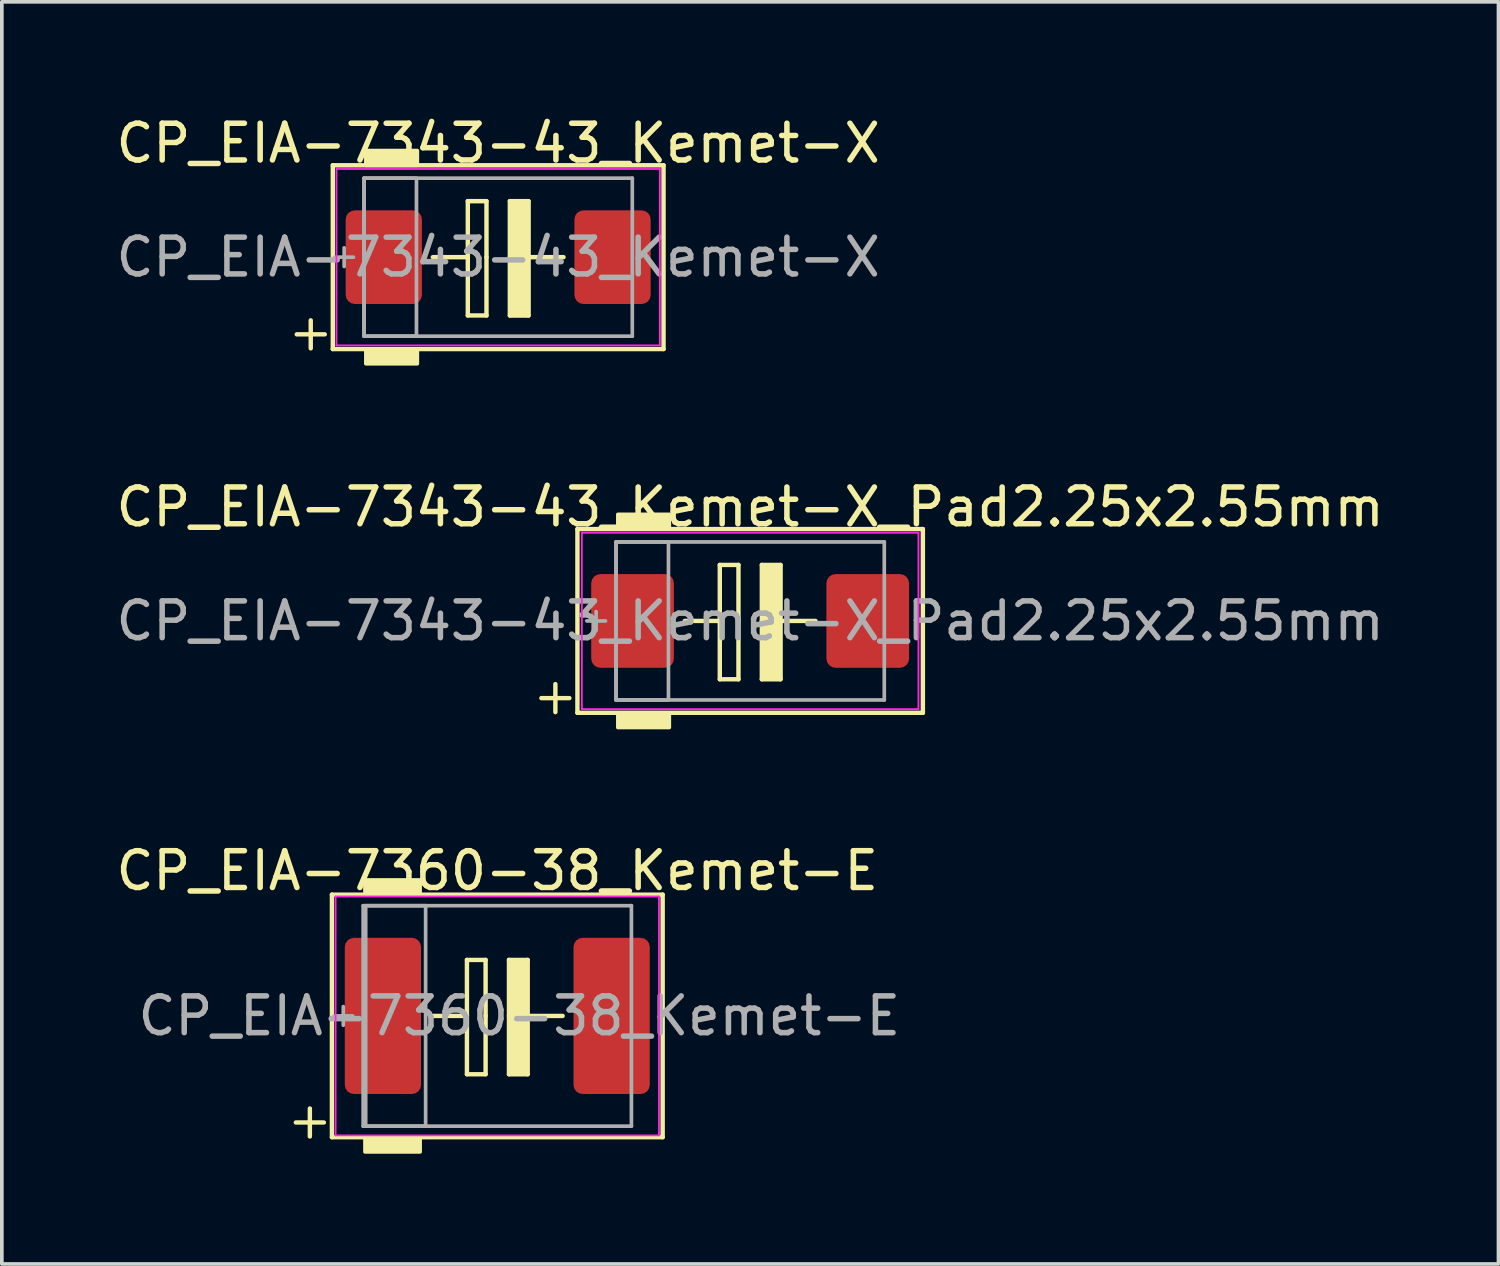
<source format=kicad_pcb>
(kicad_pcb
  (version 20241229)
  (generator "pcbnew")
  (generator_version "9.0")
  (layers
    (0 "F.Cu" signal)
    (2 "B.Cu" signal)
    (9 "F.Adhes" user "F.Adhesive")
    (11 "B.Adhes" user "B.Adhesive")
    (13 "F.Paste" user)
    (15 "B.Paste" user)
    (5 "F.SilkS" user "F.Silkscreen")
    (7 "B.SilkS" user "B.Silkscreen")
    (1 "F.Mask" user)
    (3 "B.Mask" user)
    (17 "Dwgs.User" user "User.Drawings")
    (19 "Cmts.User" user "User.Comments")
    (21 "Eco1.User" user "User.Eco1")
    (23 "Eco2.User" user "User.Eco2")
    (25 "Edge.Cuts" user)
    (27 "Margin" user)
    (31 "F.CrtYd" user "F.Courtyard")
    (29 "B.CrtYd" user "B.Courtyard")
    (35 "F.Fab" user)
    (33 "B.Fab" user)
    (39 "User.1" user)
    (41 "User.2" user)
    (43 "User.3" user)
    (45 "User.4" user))
  (footprint "CP_EIA-7343-43_Kemet-X"
    (layer "F.Cu")
    (at 10.506 3.948)
    (property "Reference" "CP_EIA-7343-43_Kemet-X" (at 0 -3.1 0) (layer "F.SilkS") (effects (font (size 1 1) (thickness 0.15))))
    (attr smd)
    (fp_line (start -5.481 2.1) (end -4.719 2.1) (stroke (width 0.12) (type solid)) (layer "F.SilkS"))
    (fp_line (start -5.1 1.719) (end -5.1 2.481) (stroke (width 0.12) (type solid)) (layer "F.SilkS"))
    (fp_line (start -4.5 -2.5) (end -4.5 2.5) (stroke (width 0.12) (type solid)) (layer "F.SilkS"))
    (fp_line (start -4.5 2.5) (end 4.5 2.5) (stroke (width 0.12) (type solid)) (layer "F.SilkS"))
    (fp_line (start -1.778 0) (end -0.826 0) (stroke (width 0.12) (type solid)) (layer "F.SilkS"))
    (fp_line (start -0.826 -1.524) (end -0.826 0) (stroke (width 0.12) (type solid)) (layer "F.SilkS"))
    (fp_line (start -0.826 1.587) (end -0.826 0) (stroke (width 0.12) (type solid)) (layer "F.SilkS"))
    (fp_line (start -0.826 1.587) (end -0.318 1.587) (stroke (width 0.12) (type solid)) (layer "F.SilkS"))
    (fp_line (start -0.318 -1.524) (end -0.826 -1.524) (stroke (width 0.12) (type solid)) (layer "F.SilkS"))
    (fp_line (start -0.318 -1.524) (end -0.318 0) (stroke (width 0.12) (type solid)) (layer "F.SilkS"))
    (fp_line (start -0.318 1.587) (end -0.318 0) (stroke (width 0.12) (type solid)) (layer "F.SilkS"))
    (fp_line (start 0.318 -1.524) (end 0.318 0) (stroke (width 0.12) (type solid)) (layer "F.SilkS"))
    (fp_line (start 0.318 1.587) (end 0.318 0) (stroke (width 0.12) (type solid)) (layer "F.SilkS"))
    (fp_line (start 0.318 1.587) (end 0.826 1.587) (stroke (width 0.12) (type solid)) (layer "F.SilkS"))
    (fp_line (start 0.826 -1.524) (end 0.318 -1.524) (stroke (width 0.12) (type solid)) (layer "F.SilkS"))
    (fp_line (start 0.826 -1.524) (end 0.826 0) (stroke (width 0.12) (type solid)) (layer "F.SilkS"))
    (fp_line (start 0.826 0) (end 1.778 0) (stroke (width 0.12) (type solid)) (layer "F.SilkS"))
    (fp_line (start 0.826 1.587) (end 0.826 0) (stroke (width 0.12) (type solid)) (layer "F.SilkS"))
    (fp_line (start 4.5 -2.5) (end -4.5 -2.5) (stroke (width 0.12) (type solid)) (layer "F.SilkS"))
    (fp_line (start 4.5 2.5) (end 4.5 -2.5) (stroke (width 0.12) (type solid)) (layer "F.SilkS"))
    (fp_poly (pts (xy -2.2 -2.5) (xy -3.6 -2.5) (xy -3.6 -2.9) (xy -2.2 -2.9)) (stroke (width 0.1) (type solid)) (fill yes) (layer "F.SilkS"))
    (fp_poly (pts (xy -2.2 2.9) (xy -3.6 2.9) (xy -3.6 2.5) (xy -2.2 2.5)) (stroke (width 0.1) (type solid)) (fill yes) (layer "F.SilkS"))
    (fp_poly (pts (xy 0.826 1.587) (xy 0.318 1.587) (xy 0.318 -1.524) (xy 0.826 -1.524)) (stroke (width 0.1) (type solid)) (fill yes) (layer "F.SilkS"))
    (fp_line (start -4.4 -2.4) (end 4.4 -2.4) (stroke (width 0.05) (type solid)) (layer "F.CrtYd"))
    (fp_line (start -4.4 2.4) (end -4.4 -2.4) (stroke (width 0.05) (type solid)) (layer "F.CrtYd"))
    (fp_line (start 4.4 -2.4) (end 4.4 2.4) (stroke (width 0.05) (type solid)) (layer "F.CrtYd"))
    (fp_line (start 4.4 2.4) (end -4.4 2.4) (stroke (width 0.05) (type solid)) (layer "F.CrtYd"))
    (fp_line (start -4.191 -0.254) (end -4.191 0.254) (stroke (width 0.1) (type solid)) (layer "F.Fab"))
    (fp_line (start -3.937 0) (end -4.445 0) (stroke (width 0.1) (type solid)) (layer "F.Fab"))
    (fp_line (start -3.65 -2.15) (end -3.65 2.15) (stroke (width 0.1) (type solid)) (layer "F.Fab"))
    (fp_line (start -3.65 2.15) (end 3.65 2.15) (stroke (width 0.1) (type solid)) (layer "F.Fab"))
    (fp_line (start 3.65 -2.15) (end -3.65 -2.15) (stroke (width 0.1) (type solid)) (layer "F.Fab"))
    (fp_line (start 3.65 2.15) (end 3.65 -2.15) (stroke (width 0.1) (type solid)) (layer "F.Fab"))
    (fp_rect (start -3.65 -2.15) (end -2.223 2.15) (stroke (width 0.1) (type solid)) (fill no) (layer "F.Fab"))
    (fp_text user "${REFERENCE}" (at 0 0 0) (layer "F.Fab") (effects (font (size 1 1) (thickness 0.15))))
    (pad "1" smd roundrect (at -3.112 0) (size 2.075 2.55) (layers "F.Cu" "F.Mask" "F.Paste") (roundrect_rratio 0.12))
    (pad "2" smd roundrect (at 3.112 0) (size 2.075 2.55) (layers "F.Cu" "F.Mask" "F.Paste") (roundrect_rratio 0.12)))
  (footprint "CP_EIA-7360-38_Kemet-E"
    (layer "F.Cu")
    (at 10.482 24.595)
    (property "Reference" "CP_EIA-7360-38_Kemet-E" (at 0 -3.95 0) (layer "F.SilkS") (effects (font (size 1 1) (thickness 0.15))))
    (attr smd)
    (fp_line (start -5.481 2.9) (end -4.719 2.9) (stroke (width 0.12) (type solid)) (layer "F.SilkS"))
    (fp_line (start -5.1 2.519) (end -5.1 3.281) (stroke (width 0.12) (type solid)) (layer "F.SilkS"))
    (fp_line (start -4.5 -3.3) (end -4.5 3.3) (stroke (width 0.12) (type solid)) (layer "F.SilkS"))
    (fp_line (start -4.5 3.3) (end 4.5 3.3) (stroke (width 0.12) (type solid)) (layer "F.SilkS"))
    (fp_line (start -1.778 0) (end -0.826 0) (stroke (width 0.12) (type solid)) (layer "F.SilkS"))
    (fp_line (start -0.826 -1.524) (end -0.826 0) (stroke (width 0.12) (type solid)) (layer "F.SilkS"))
    (fp_line (start -0.826 1.587) (end -0.826 0) (stroke (width 0.12) (type solid)) (layer "F.SilkS"))
    (fp_line (start -0.826 1.587) (end -0.318 1.587) (stroke (width 0.12) (type solid)) (layer "F.SilkS"))
    (fp_line (start -0.318 -1.524) (end -0.826 -1.524) (stroke (width 0.12) (type solid)) (layer "F.SilkS"))
    (fp_line (start -0.318 -1.524) (end -0.318 0) (stroke (width 0.12) (type solid)) (layer "F.SilkS"))
    (fp_line (start -0.318 1.587) (end -0.318 0) (stroke (width 0.12) (type solid)) (layer "F.SilkS"))
    (fp_line (start 0.318 -1.524) (end 0.318 0) (stroke (width 0.12) (type solid)) (layer "F.SilkS"))
    (fp_line (start 0.318 1.587) (end 0.318 0) (stroke (width 0.12) (type solid)) (layer "F.SilkS"))
    (fp_line (start 0.318 1.587) (end 0.826 1.587) (stroke (width 0.12) (type solid)) (layer "F.SilkS"))
    (fp_line (start 0.826 -1.524) (end 0.318 -1.524) (stroke (width 0.12) (type solid)) (layer "F.SilkS"))
    (fp_line (start 0.826 -1.524) (end 0.826 0) (stroke (width 0.12) (type solid)) (layer "F.SilkS"))
    (fp_line (start 0.826 0) (end 1.778 0) (stroke (width 0.12) (type solid)) (layer "F.SilkS"))
    (fp_line (start 0.826 1.587) (end 0.826 0) (stroke (width 0.12) (type solid)) (layer "F.SilkS"))
    (fp_line (start 4.5 -3.3) (end -4.5 -3.3) (stroke (width 0.12) (type solid)) (layer "F.SilkS"))
    (fp_line (start 4.5 3.3) (end 4.5 -3.3) (stroke (width 0.12) (type solid)) (layer "F.SilkS"))
    (fp_poly (pts (xy -2.1 -3.3) (xy -3.6 -3.3) (xy -3.6 -3.7) (xy -2.1 -3.7)) (stroke (width 0.1) (type solid)) (fill yes) (layer "F.SilkS"))
    (fp_poly (pts (xy -2.1 3.7) (xy -3.6 3.7) (xy -3.6 3.3) (xy -2.1 3.3)) (stroke (width 0.1) (type solid)) (fill yes) (layer "F.SilkS"))
    (fp_poly (pts (xy 0.826 1.587) (xy 0.318 1.587) (xy 0.318 -1.524) (xy 0.826 -1.524)) (stroke (width 0.1) (type solid)) (fill yes) (layer "F.SilkS"))
    (fp_line (start -4.4 -3.25) (end 4.4 -3.25) (stroke (width 0.05) (type solid)) (layer "F.CrtYd"))
    (fp_line (start -4.4 3.25) (end -4.4 -3.25) (stroke (width 0.05) (type solid)) (layer "F.CrtYd"))
    (fp_line (start 4.4 -3.25) (end 4.4 3.25) (stroke (width 0.05) (type solid)) (layer "F.CrtYd"))
    (fp_line (start 4.4 3.25) (end -4.4 3.25) (stroke (width 0.05) (type solid)) (layer "F.CrtYd"))
    (fp_line (start -4.191 -0.254) (end -4.191 0.254) (stroke (width 0.1) (type solid)) (layer "F.Fab"))
    (fp_line (start -3.937 0) (end -4.445 0) (stroke (width 0.1) (type solid)) (layer "F.Fab"))
    (fp_line (start -3.65 -3) (end -3.65 3) (stroke (width 0.1) (type solid)) (layer "F.Fab"))
    (fp_line (start -3.65 3) (end 3.65 3) (stroke (width 0.1) (type solid)) (layer "F.Fab"))
    (fp_line (start 3.65 -3) (end -3.65 -3) (stroke (width 0.1) (type solid)) (layer "F.Fab"))
    (fp_line (start 3.65 3) (end 3.65 -3) (stroke (width 0.1) (type solid)) (layer "F.Fab"))
    (fp_rect (start -3.581 -3) (end -1.95 3) (stroke (width 0.1) (type solid)) (fill no) (layer "F.Fab"))
    (fp_text user "${REFERENCE}" (at 0.6 0 0) (layer "F.Fab") (effects (font (size 1 1) (thickness 0.15))))
    (pad "1" smd roundrect (at -3.112 0) (size 2.075 4.25) (layers "F.Cu" "F.Mask" "F.Paste") (roundrect_rratio 0.12))
    (pad "2" smd roundrect (at 3.112 0) (size 2.075 4.25) (layers "F.Cu" "F.Mask" "F.Paste") (roundrect_rratio 0.12)))
  (footprint "CP_EIA-7343-43_Kemet-X_Pad2.25x2.55mm"
    (layer "F.Cu")
    (at 17.363 13.847)
    (property "Reference" "CP_EIA-7343-43_Kemet-X_Pad2.25x2.55mm" (at 0 -3.1 0) (layer "F.SilkS") (effects (font (size 1 1) (thickness 0.15))))
    (attr smd)
    (fp_line (start -5.681 2.1) (end -4.919 2.1) (stroke (width 0.12) (type solid)) (layer "F.SilkS"))
    (fp_line (start -5.3 1.719) (end -5.3 2.481) (stroke (width 0.12) (type solid)) (layer "F.SilkS"))
    (fp_line (start -4.7 -2.5) (end -4.7 2.5) (stroke (width 0.12) (type solid)) (layer "F.SilkS"))
    (fp_line (start -4.7 2.5) (end 4.7 2.5) (stroke (width 0.12) (type solid)) (layer "F.SilkS"))
    (fp_line (start -1.778 0) (end -0.826 0) (stroke (width 0.12) (type solid)) (layer "F.SilkS"))
    (fp_line (start -0.826 -1.524) (end -0.826 0) (stroke (width 0.12) (type solid)) (layer "F.SilkS"))
    (fp_line (start -0.826 1.587) (end -0.826 0) (stroke (width 0.12) (type solid)) (layer "F.SilkS"))
    (fp_line (start -0.826 1.587) (end -0.318 1.587) (stroke (width 0.12) (type solid)) (layer "F.SilkS"))
    (fp_line (start -0.318 -1.524) (end -0.826 -1.524) (stroke (width 0.12) (type solid)) (layer "F.SilkS"))
    (fp_line (start -0.318 -1.524) (end -0.318 0) (stroke (width 0.12) (type solid)) (layer "F.SilkS"))
    (fp_line (start -0.318 1.587) (end -0.318 0) (stroke (width 0.12) (type solid)) (layer "F.SilkS"))
    (fp_line (start 0.318 -1.524) (end 0.318 0) (stroke (width 0.12) (type solid)) (layer "F.SilkS"))
    (fp_line (start 0.318 1.587) (end 0.318 0) (stroke (width 0.12) (type solid)) (layer "F.SilkS"))
    (fp_line (start 0.318 1.587) (end 0.826 1.587) (stroke (width 0.12) (type solid)) (layer "F.SilkS"))
    (fp_line (start 0.826 -1.524) (end 0.318 -1.524) (stroke (width 0.12) (type solid)) (layer "F.SilkS"))
    (fp_line (start 0.826 -1.524) (end 0.826 0) (stroke (width 0.12) (type solid)) (layer "F.SilkS"))
    (fp_line (start 0.826 0) (end 1.778 0) (stroke (width 0.12) (type solid)) (layer "F.SilkS"))
    (fp_line (start 0.826 1.587) (end 0.826 0) (stroke (width 0.12) (type solid)) (layer "F.SilkS"))
    (fp_line (start 4.7 -2.5) (end -4.7 -2.5) (stroke (width 0.12) (type solid)) (layer "F.SilkS"))
    (fp_line (start 4.7 2.5) (end 4.7 -2.5) (stroke (width 0.12) (type solid)) (layer "F.SilkS"))
    (fp_poly (pts (xy -2.2 -2.5) (xy -3.6 -2.5) (xy -3.6 -2.9) (xy -2.2 -2.9)) (stroke (width 0.1) (type solid)) (fill yes) (layer "F.SilkS"))
    (fp_poly (pts (xy -2.2 2.9) (xy -3.6 2.9) (xy -3.6 2.5) (xy -2.2 2.5)) (stroke (width 0.1) (type solid)) (fill yes) (layer "F.SilkS"))
    (fp_poly (pts (xy 0.826 1.587) (xy 0.318 1.587) (xy 0.318 -1.524) (xy 0.826 -1.524)) (stroke (width 0.1) (type solid)) (fill yes) (layer "F.SilkS"))
    (fp_line (start -4.58 -2.4) (end 4.58 -2.4) (stroke (width 0.05) (type solid)) (layer "F.CrtYd"))
    (fp_line (start -4.58 2.4) (end -4.58 -2.4) (stroke (width 0.05) (type solid)) (layer "F.CrtYd"))
    (fp_line (start 4.58 -2.4) (end 4.58 2.4) (stroke (width 0.05) (type solid)) (layer "F.CrtYd"))
    (fp_line (start 4.58 2.4) (end -4.58 2.4) (stroke (width 0.05) (type solid)) (layer "F.CrtYd"))
    (fp_line (start -4.191 -0.254) (end -4.191 0.254) (stroke (width 0.1) (type solid)) (layer "F.Fab"))
    (fp_line (start -3.937 0) (end -4.445 0) (stroke (width 0.1) (type solid)) (layer "F.Fab"))
    (fp_line (start -3.65 -2.15) (end -3.65 2.15) (stroke (width 0.1) (type solid)) (layer "F.Fab"))
    (fp_line (start -3.65 2.15) (end 3.65 2.15) (stroke (width 0.1) (type solid)) (layer "F.Fab"))
    (fp_line (start 3.65 -2.15) (end -3.65 -2.15) (stroke (width 0.1) (type solid)) (layer "F.Fab"))
    (fp_line (start 3.65 2.15) (end 3.65 -2.15) (stroke (width 0.1) (type solid)) (layer "F.Fab"))
    (fp_rect (start -3.65 -2.15) (end -2.223 2.15) (stroke (width 0.1) (type solid)) (fill no) (layer "F.Fab"))
    (fp_text user "${REFERENCE}" (at 0 0 0) (layer "F.Fab") (effects (font (size 1 1) (thickness 0.15))))
    (pad "1" smd roundrect (at -3.2 0) (size 2.25 2.55) (layers "F.Cu" "F.Mask" "F.Paste") (roundrect_rratio 0.111))
    (pad "2" smd roundrect (at 3.2 0) (size 2.25 2.55) (layers "F.Cu" "F.Mask" "F.Paste") (roundrect_rratio 0.111)))
  (gr_rect
    (start -3 -3)
    (end 37.726 31.345)
    (stroke (width 0.1) (type default))
    (fill no)
    (layer "Edge.Cuts")))
</source>
